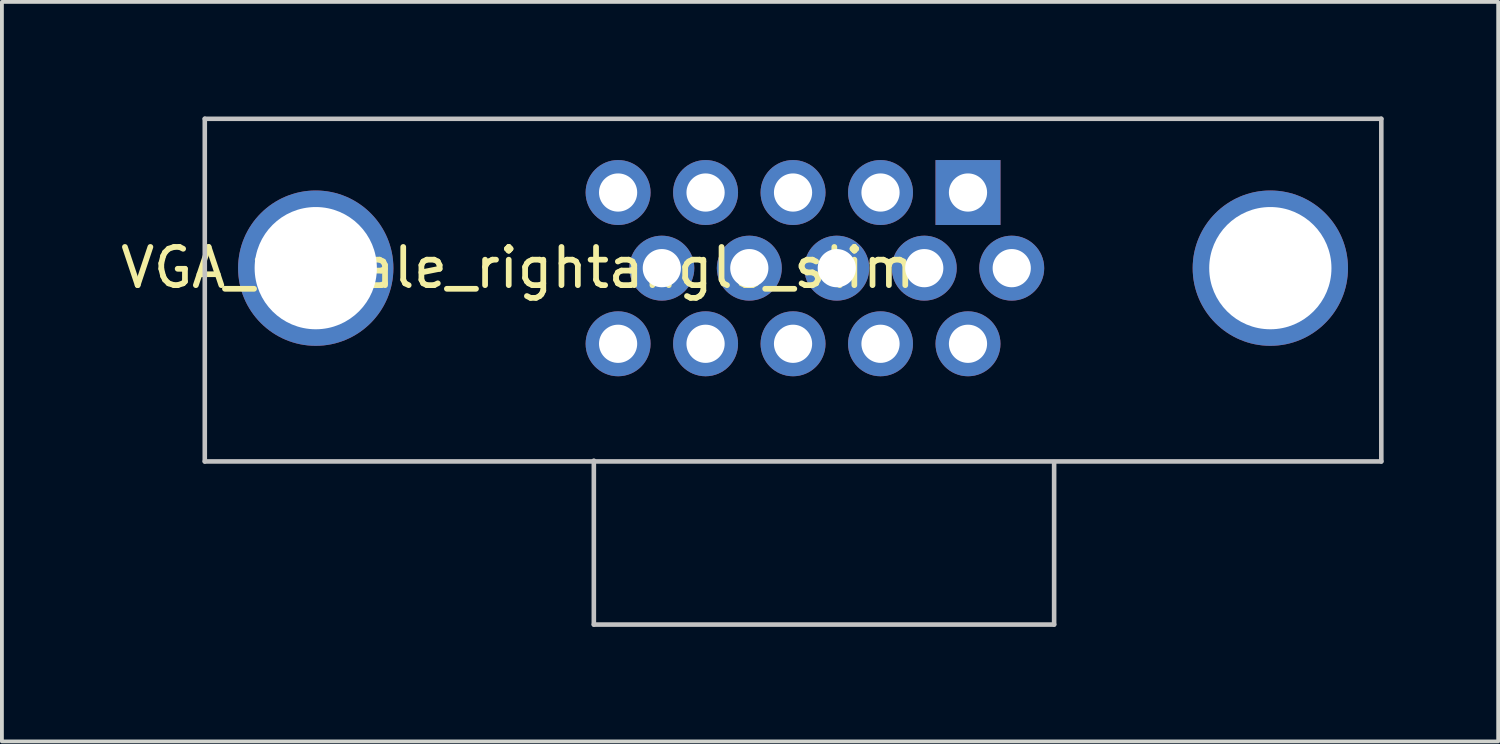
<source format=kicad_pcb>
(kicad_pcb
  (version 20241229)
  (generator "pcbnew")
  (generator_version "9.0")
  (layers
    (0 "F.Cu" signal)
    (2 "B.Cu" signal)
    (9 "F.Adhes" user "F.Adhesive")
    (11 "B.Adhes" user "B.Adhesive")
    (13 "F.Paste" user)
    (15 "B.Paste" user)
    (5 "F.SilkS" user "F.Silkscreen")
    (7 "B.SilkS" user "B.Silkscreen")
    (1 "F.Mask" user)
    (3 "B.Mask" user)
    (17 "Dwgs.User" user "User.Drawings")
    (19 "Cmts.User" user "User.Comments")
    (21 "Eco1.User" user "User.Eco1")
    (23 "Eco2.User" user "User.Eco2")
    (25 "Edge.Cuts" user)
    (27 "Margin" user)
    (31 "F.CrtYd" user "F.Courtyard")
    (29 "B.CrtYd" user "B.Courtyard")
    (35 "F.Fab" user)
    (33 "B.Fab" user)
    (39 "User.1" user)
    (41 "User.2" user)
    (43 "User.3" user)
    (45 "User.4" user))
  (footprint "VGA_female_rightangle_slim"
    (layer "F.Cu")
    (at 5.216 3.97)
    (property "Reference" "VGA_female_rightangle_slim" (at 5.29 -0.01 0) (layer "F.SilkS") (effects (font (size 1 1) (thickness 0.15))))
    (attr through_hole)
    (fp_line (start -2.905 -3.91) (end -2.905 5.06) (stroke (width 0.12) (type solid)) (layer "Dwgs.User"))
    (fp_line (start -2.905 -3.91) (end 27.895 -3.91) (stroke (width 0.12) (type solid)) (layer "Dwgs.User"))
    (fp_line (start -2.905 5.06) (end 27.895 5.06) (stroke (width 0.12) (type solid)) (layer "Dwgs.User"))
    (fp_line (start 7.28 9.33) (end 7.28 5.04) (stroke (width 0.12) (type solid)) (layer "Dwgs.User"))
    (fp_line (start 19.33 5.08) (end 19.33 9.33) (stroke (width 0.12) (type solid)) (layer "Dwgs.User"))
    (fp_line (start 19.33 9.33) (end 7.28 9.33) (stroke (width 0.12) (type solid)) (layer "Dwgs.User"))
    (fp_line (start 27.895 -3.91) (end 27.895 5.06) (stroke (width 0.12) (type solid)) (layer "Dwgs.User"))
    (pad "1" thru_hole rect (at 17.075 -1.98 180) (size 1.7 1.7) (drill 1) (layers "*.Cu" "*.Mask"))
    (pad "2" thru_hole circle (at 14.785 -1.98 180) (size 1.7 1.7) (drill 1) (layers "*.Cu" "*.Mask"))
    (pad "3" thru_hole circle (at 12.495 -1.98 180) (size 1.7 1.7) (drill 1) (layers "*.Cu" "*.Mask"))
    (pad "4" thru_hole circle (at 10.205 -1.98 180) (size 1.7 1.7) (drill 1) (layers "*.Cu" "*.Mask"))
    (pad "5" thru_hole circle (at 7.915 -1.98 180) (size 1.7 1.7) (drill 1) (layers "*.Cu" "*.Mask"))
    (pad "6" thru_hole circle (at 18.22 0 180) (size 1.7 1.7) (drill 1) (layers "*.Cu" "*.Mask"))
    (pad "7" thru_hole circle (at 15.93 0 180) (size 1.7 1.7) (drill 1) (layers "*.Cu" "*.Mask"))
    (pad "8" thru_hole circle (at 13.64 0 180) (size 1.7 1.7) (drill 1) (layers "*.Cu" "*.Mask"))
    (pad "9" thru_hole circle (at 11.35 0 180) (size 1.7 1.7) (drill 1) (layers "*.Cu" "*.Mask"))
    (pad "10" thru_hole circle (at 9.06 0 180) (size 1.7 1.7) (drill 1) (layers "*.Cu" "*.Mask"))
    (pad "11" thru_hole circle (at 17.075 1.98 180) (size 1.7 1.7) (drill 1) (layers "*.Cu" "*.Mask"))
    (pad "12" thru_hole circle (at 14.785 1.98 180) (size 1.7 1.7) (drill 1) (layers "*.Cu" "*.Mask"))
    (pad "13" thru_hole circle (at 12.495 1.98 180) (size 1.7 1.7) (drill 1) (layers "*.Cu" "*.Mask"))
    (pad "14" thru_hole circle (at 10.205 1.98 180) (size 1.7 1.7) (drill 1) (layers "*.Cu" "*.Mask"))
    (pad "15" thru_hole circle (at 7.915 1.98 180) (size 1.7 1.7) (drill 1) (layers "*.Cu" "*.Mask"))
    (pad "S1" thru_hole circle (at 0 0) (size 4.066 4.066) (drill 3.2) (layers "*.Cu" "*.Mask"))
    (pad "S2" thru_hole circle (at 24.99 0) (size 4.066 4.066) (drill 3.2) (layers "*.Cu" "*.Mask")))
  (gr_rect
    (start -3 -3)
    (end 36.171 16.36)
    (stroke (width 0.1) (type default))
    (fill no)
    (layer "Edge.Cuts")))
</source>
